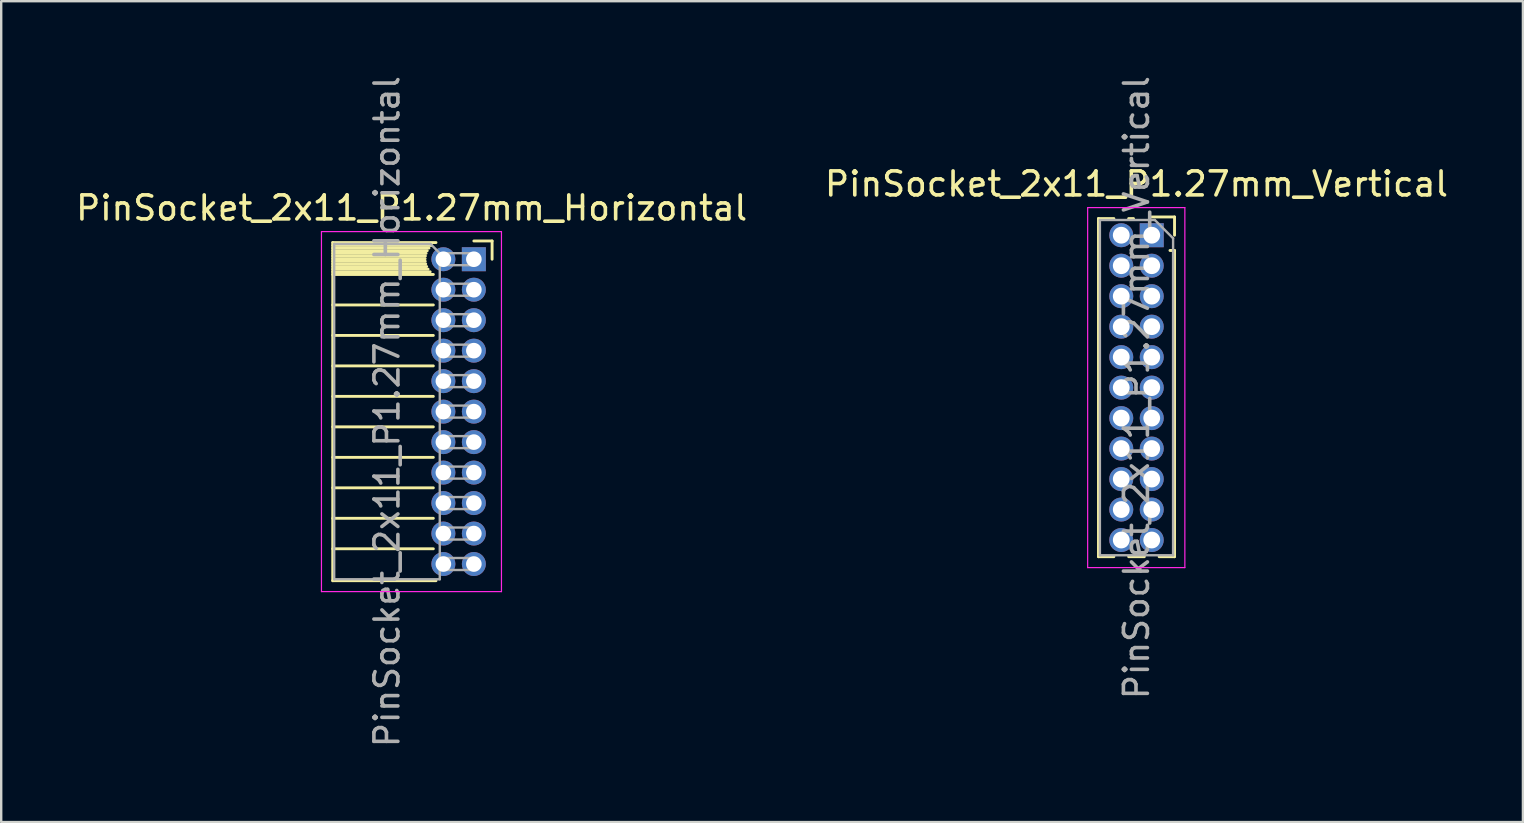
<source format=kicad_pcb>
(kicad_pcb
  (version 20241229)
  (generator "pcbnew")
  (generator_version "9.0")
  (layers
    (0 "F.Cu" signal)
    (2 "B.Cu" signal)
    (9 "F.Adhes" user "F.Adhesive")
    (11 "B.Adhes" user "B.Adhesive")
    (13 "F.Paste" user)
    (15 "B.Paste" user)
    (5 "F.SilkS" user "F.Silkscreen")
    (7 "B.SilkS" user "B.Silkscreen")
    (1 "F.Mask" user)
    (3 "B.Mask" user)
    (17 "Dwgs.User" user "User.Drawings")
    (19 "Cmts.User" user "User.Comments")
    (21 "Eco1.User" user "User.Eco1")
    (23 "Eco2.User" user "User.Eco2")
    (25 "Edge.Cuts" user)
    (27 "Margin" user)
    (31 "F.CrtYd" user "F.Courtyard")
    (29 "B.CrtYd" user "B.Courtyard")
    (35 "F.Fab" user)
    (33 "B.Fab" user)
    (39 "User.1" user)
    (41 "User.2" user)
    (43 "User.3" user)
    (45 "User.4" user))
  (footprint "PinSocket_2x11_P1.27mm_Horizontal"
    (layer "F.Cu")
    (at 16.694 7.751)
    (property "Reference" "PinSocket_2x11_P1.27mm_Horizontal" (at -2.592 -2.135 0) (layer "F.SilkS") (effects (font (size 1 1) (thickness 0.15))))
    (attr through_hole)
    (fp_line (start -5.88 -0.695) (end -5.88 13.395) (stroke (width 0.12) (type solid)) (layer "F.SilkS"))
    (fp_line (start -5.88 -0.695) (end -1.578 -0.695) (stroke (width 0.12) (type solid)) (layer "F.SilkS"))
    (fp_line (start -5.88 -0.575) (end -1.767 -0.575) (stroke (width 0.12) (type solid)) (layer "F.SilkS"))
    (fp_line (start -5.88 -0.465) (end -1.871 -0.465) (stroke (width 0.12) (type solid)) (layer "F.SilkS"))
    (fp_line (start -5.88 -0.355) (end -1.942 -0.355) (stroke (width 0.12) (type solid)) (layer "F.SilkS"))
    (fp_line (start -5.88 -0.245) (end -1.989 -0.245) (stroke (width 0.12) (type solid)) (layer "F.SilkS"))
    (fp_line (start -5.88 -0.135) (end -2.018 -0.135) (stroke (width 0.12) (type solid)) (layer "F.SilkS"))
    (fp_line (start -5.88 -0.025) (end -2.03 -0.025) (stroke (width 0.12) (type solid)) (layer "F.SilkS"))
    (fp_line (start -5.88 0.085) (end -2.025 0.085) (stroke (width 0.12) (type solid)) (layer "F.SilkS"))
    (fp_line (start -5.88 0.195) (end -2.005 0.195) (stroke (width 0.12) (type solid)) (layer "F.SilkS"))
    (fp_line (start -5.88 0.305) (end -1.966 0.305) (stroke (width 0.12) (type solid)) (layer "F.SilkS"))
    (fp_line (start -5.88 0.415) (end -1.907 0.415) (stroke (width 0.12) (type solid)) (layer "F.SilkS"))
    (fp_line (start -5.88 0.525) (end -1.82 0.525) (stroke (width 0.12) (type solid)) (layer "F.SilkS"))
    (fp_line (start -5.88 0.635) (end -1.688 0.635) (stroke (width 0.12) (type solid)) (layer "F.SilkS"))
    (fp_line (start -5.88 1.905) (end -1.688 1.905) (stroke (width 0.12) (type solid)) (layer "F.SilkS"))
    (fp_line (start -5.88 3.175) (end -1.688 3.175) (stroke (width 0.12) (type solid)) (layer "F.SilkS"))
    (fp_line (start -5.88 4.445) (end -1.688 4.445) (stroke (width 0.12) (type solid)) (layer "F.SilkS"))
    (fp_line (start -5.88 5.715) (end -1.688 5.715) (stroke (width 0.12) (type solid)) (layer "F.SilkS"))
    (fp_line (start -5.88 6.985) (end -1.688 6.985) (stroke (width 0.12) (type solid)) (layer "F.SilkS"))
    (fp_line (start -5.88 8.255) (end -1.688 8.255) (stroke (width 0.12) (type solid)) (layer "F.SilkS"))
    (fp_line (start -5.88 9.525) (end -1.688 9.525) (stroke (width 0.12) (type solid)) (layer "F.SilkS"))
    (fp_line (start -5.88 10.795) (end -1.688 10.795) (stroke (width 0.12) (type solid)) (layer "F.SilkS"))
    (fp_line (start -5.88 12.065) (end -1.688 12.065) (stroke (width 0.12) (type solid)) (layer "F.SilkS"))
    (fp_line (start -5.88 13.395) (end -1.578 13.395) (stroke (width 0.12) (type solid)) (layer "F.SilkS"))
    (fp_line (start 0 -0.76) (end 0.76 -0.76) (stroke (width 0.12) (type solid)) (layer "F.SilkS"))
    (fp_line (start 0.76 -0.76) (end 0.76 0) (stroke (width 0.12) (type solid)) (layer "F.SilkS"))
    (fp_line (start -6.35 -1.15) (end -6.35 13.85) (stroke (width 0.05) (type solid)) (layer "F.CrtYd"))
    (fp_line (start -6.35 13.85) (end 1.15 13.85) (stroke (width 0.05) (type solid)) (layer "F.CrtYd"))
    (fp_line (start 1.15 -1.15) (end -6.35 -1.15) (stroke (width 0.05) (type solid)) (layer "F.CrtYd"))
    (fp_line (start 1.15 13.85) (end 1.15 -1.15) (stroke (width 0.05) (type solid)) (layer "F.CrtYd"))
    (fp_line (start -5.82 -0.635) (end -1.805 -0.635) (stroke (width 0.1) (type solid)) (layer "F.Fab"))
    (fp_line (start -5.82 13.335) (end -5.82 -0.635) (stroke (width 0.1) (type solid)) (layer "F.Fab"))
    (fp_line (start -1.805 -0.635) (end -1.42 -0.25) (stroke (width 0.1) (type solid)) (layer "F.Fab"))
    (fp_line (start -1.42 -0.25) (end -1.42 13.335) (stroke (width 0.1) (type solid)) (layer "F.Fab"))
    (fp_line (start -1.42 0.25) (end 0 0.25) (stroke (width 0.1) (type solid)) (layer "F.Fab"))
    (fp_line (start -1.42 1.52) (end 0 1.52) (stroke (width 0.1) (type solid)) (layer "F.Fab"))
    (fp_line (start -1.42 2.79) (end 0 2.79) (stroke (width 0.1) (type solid)) (layer "F.Fab"))
    (fp_line (start -1.42 4.06) (end 0 4.06) (stroke (width 0.1) (type solid)) (layer "F.Fab"))
    (fp_line (start -1.42 5.33) (end 0 5.33) (stroke (width 0.1) (type solid)) (layer "F.Fab"))
    (fp_line (start -1.42 6.6) (end 0 6.6) (stroke (width 0.1) (type solid)) (layer "F.Fab"))
    (fp_line (start -1.42 7.87) (end 0 7.87) (stroke (width 0.1) (type solid)) (layer "F.Fab"))
    (fp_line (start -1.42 9.14) (end 0 9.14) (stroke (width 0.1) (type solid)) (layer "F.Fab"))
    (fp_line (start -1.42 10.41) (end 0 10.41) (stroke (width 0.1) (type solid)) (layer "F.Fab"))
    (fp_line (start -1.42 11.68) (end 0 11.68) (stroke (width 0.1) (type solid)) (layer "F.Fab"))
    (fp_line (start -1.42 12.95) (end 0 12.95) (stroke (width 0.1) (type solid)) (layer "F.Fab"))
    (fp_line (start -1.42 13.335) (end -5.82 13.335) (stroke (width 0.1) (type solid)) (layer "F.Fab"))
    (fp_line (start 0 -0.25) (end -1.42 -0.25) (stroke (width 0.1) (type solid)) (layer "F.Fab"))
    (fp_line (start 0 0.25) (end 0 -0.25) (stroke (width 0.1) (type solid)) (layer "F.Fab"))
    (fp_line (start 0 1.02) (end -1.42 1.02) (stroke (width 0.1) (type solid)) (layer "F.Fab"))
    (fp_line (start 0 1.52) (end 0 1.02) (stroke (width 0.1) (type solid)) (layer "F.Fab"))
    (fp_line (start 0 2.29) (end -1.42 2.29) (stroke (width 0.1) (type solid)) (layer "F.Fab"))
    (fp_line (start 0 2.79) (end 0 2.29) (stroke (width 0.1) (type solid)) (layer "F.Fab"))
    (fp_line (start 0 3.56) (end -1.42 3.56) (stroke (width 0.1) (type solid)) (layer "F.Fab"))
    (fp_line (start 0 4.06) (end 0 3.56) (stroke (width 0.1) (type solid)) (layer "F.Fab"))
    (fp_line (start 0 4.83) (end -1.42 4.83) (stroke (width 0.1) (type solid)) (layer "F.Fab"))
    (fp_line (start 0 5.33) (end 0 4.83) (stroke (width 0.1) (type solid)) (layer "F.Fab"))
    (fp_line (start 0 6.1) (end -1.42 6.1) (stroke (width 0.1) (type solid)) (layer "F.Fab"))
    (fp_line (start 0 6.6) (end 0 6.1) (stroke (width 0.1) (type solid)) (layer "F.Fab"))
    (fp_line (start 0 7.37) (end -1.42 7.37) (stroke (width 0.1) (type solid)) (layer "F.Fab"))
    (fp_line (start 0 7.87) (end 0 7.37) (stroke (width 0.1) (type solid)) (layer "F.Fab"))
    (fp_line (start 0 8.64) (end -1.42 8.64) (stroke (width 0.1) (type solid)) (layer "F.Fab"))
    (fp_line (start 0 9.14) (end 0 8.64) (stroke (width 0.1) (type solid)) (layer "F.Fab"))
    (fp_line (start 0 9.91) (end -1.42 9.91) (stroke (width 0.1) (type solid)) (layer "F.Fab"))
    (fp_line (start 0 10.41) (end 0 9.91) (stroke (width 0.1) (type solid)) (layer "F.Fab"))
    (fp_line (start 0 11.18) (end -1.42 11.18) (stroke (width 0.1) (type solid)) (layer "F.Fab"))
    (fp_line (start 0 11.68) (end 0 11.18) (stroke (width 0.1) (type solid)) (layer "F.Fab"))
    (fp_line (start 0 12.45) (end -1.42 12.45) (stroke (width 0.1) (type solid)) (layer "F.Fab"))
    (fp_line (start 0 12.95) (end 0 12.45) (stroke (width 0.1) (type solid)) (layer "F.Fab"))
    (fp_text user "${REFERENCE}" (at -3.62 6.35 90) (layer "F.Fab") (effects (font (size 1 1) (thickness 0.15))))
    (pad "1" thru_hole rect (at 0 0) (size 1 1) (drill 0.65) (layers "*.Cu" "*.Mask"))
    (pad "2" thru_hole oval (at -1.27 0) (size 1 1) (drill 0.65) (layers "*.Cu" "*.Mask"))
    (pad "3" thru_hole oval (at 0 1.27) (size 1 1) (drill 0.65) (layers "*.Cu" "*.Mask"))
    (pad "4" thru_hole oval (at -1.27 1.27) (size 1 1) (drill 0.65) (layers "*.Cu" "*.Mask"))
    (pad "5" thru_hole oval (at 0 2.54) (size 1 1) (drill 0.65) (layers "*.Cu" "*.Mask"))
    (pad "6" thru_hole oval (at -1.27 2.54) (size 1 1) (drill 0.65) (layers "*.Cu" "*.Mask"))
    (pad "7" thru_hole oval (at 0 3.81) (size 1 1) (drill 0.65) (layers "*.Cu" "*.Mask"))
    (pad "8" thru_hole oval (at -1.27 3.81) (size 1 1) (drill 0.65) (layers "*.Cu" "*.Mask"))
    (pad "9" thru_hole oval (at 0 5.08) (size 1 1) (drill 0.65) (layers "*.Cu" "*.Mask"))
    (pad "10" thru_hole oval (at -1.27 5.08) (size 1 1) (drill 0.65) (layers "*.Cu" "*.Mask"))
    (pad "11" thru_hole oval (at 0 6.35) (size 1 1) (drill 0.65) (layers "*.Cu" "*.Mask"))
    (pad "12" thru_hole oval (at -1.27 6.35) (size 1 1) (drill 0.65) (layers "*.Cu" "*.Mask"))
    (pad "13" thru_hole oval (at 0 7.62) (size 1 1) (drill 0.65) (layers "*.Cu" "*.Mask"))
    (pad "14" thru_hole oval (at -1.27 7.62) (size 1 1) (drill 0.65) (layers "*.Cu" "*.Mask"))
    (pad "15" thru_hole oval (at 0 8.89) (size 1 1) (drill 0.65) (layers "*.Cu" "*.Mask"))
    (pad "16" thru_hole oval (at -1.27 8.89) (size 1 1) (drill 0.65) (layers "*.Cu" "*.Mask"))
    (pad "17" thru_hole oval (at 0 10.16) (size 1 1) (drill 0.65) (layers "*.Cu" "*.Mask"))
    (pad "18" thru_hole oval (at -1.27 10.16) (size 1 1) (drill 0.65) (layers "*.Cu" "*.Mask"))
    (pad "19" thru_hole oval (at 0 11.43) (size 1 1) (drill 0.65) (layers "*.Cu" "*.Mask"))
    (pad "20" thru_hole oval (at -1.27 11.43) (size 1 1) (drill 0.65) (layers "*.Cu" "*.Mask"))
    (pad "21" thru_hole oval (at 0 12.7) (size 1 1) (drill 0.65) (layers "*.Cu" "*.Mask"))
    (pad "22" thru_hole oval (at -1.27 12.7) (size 1 1) (drill 0.65) (layers "*.Cu" "*.Mask")))
  (footprint "PinSocket_2x11_P1.27mm_Vertical"
    (layer "F.Cu")
    (at 44.939 6.751)
    (property "Reference" "PinSocket_2x11_P1.27mm_Vertical" (at -0.635 -2.135 0) (layer "F.SilkS") (effects (font (size 1 1) (thickness 0.15))))
    (attr through_hole)
    (fp_line (start -2.22 -0.695) (end -2.22 13.395) (stroke (width 0.12) (type solid)) (layer "F.SilkS"))
    (fp_line (start -2.22 -0.695) (end -1.578 -0.695) (stroke (width 0.12) (type solid)) (layer "F.SilkS"))
    (fp_line (start -2.22 13.395) (end -1.578 13.395) (stroke (width 0.12) (type solid)) (layer "F.SilkS"))
    (fp_line (start -0.962 -0.695) (end -0.76 -0.695) (stroke (width 0.12) (type solid)) (layer "F.SilkS"))
    (fp_line (start -0.962 13.395) (end -0.308 13.395) (stroke (width 0.12) (type solid)) (layer "F.SilkS"))
    (fp_line (start 0 -0.76) (end 0.95 -0.76) (stroke (width 0.12) (type solid)) (layer "F.SilkS"))
    (fp_line (start 0.308 13.395) (end 0.95 13.395) (stroke (width 0.12) (type solid)) (layer "F.SilkS"))
    (fp_line (start 0.76 0.635) (end 0.95 0.635) (stroke (width 0.12) (type solid)) (layer "F.SilkS"))
    (fp_line (start 0.95 -0.76) (end 0.95 0) (stroke (width 0.12) (type solid)) (layer "F.SilkS"))
    (fp_line (start 0.95 0.635) (end 0.95 13.395) (stroke (width 0.12) (type solid)) (layer "F.SilkS"))
    (fp_line (start -2.67 -1.15) (end 1.38 -1.15) (stroke (width 0.05) (type solid)) (layer "F.CrtYd"))
    (fp_line (start -2.67 13.85) (end -2.67 -1.15) (stroke (width 0.05) (type solid)) (layer "F.CrtYd"))
    (fp_line (start 1.38 -1.15) (end 1.38 13.85) (stroke (width 0.05) (type solid)) (layer "F.CrtYd"))
    (fp_line (start 1.38 13.85) (end -2.67 13.85) (stroke (width 0.05) (type solid)) (layer "F.CrtYd"))
    (fp_line (start -2.16 -0.635) (end 0.128 -0.635) (stroke (width 0.1) (type solid)) (layer "F.Fab"))
    (fp_line (start -2.16 13.335) (end -2.16 -0.635) (stroke (width 0.1) (type solid)) (layer "F.Fab"))
    (fp_line (start 0.128 -0.635) (end 0.89 0.128) (stroke (width 0.1) (type solid)) (layer "F.Fab"))
    (fp_line (start 0.89 0.128) (end 0.89 13.335) (stroke (width 0.1) (type solid)) (layer "F.Fab"))
    (fp_line (start 0.89 13.335) (end -2.16 13.335) (stroke (width 0.1) (type solid)) (layer "F.Fab"))
    (fp_text user "${REFERENCE}" (at -0.635 6.35 90) (layer "F.Fab") (effects (font (size 1 1) (thickness 0.15))))
    (pad "1" thru_hole rect (at 0 0) (size 1 1) (drill 0.7) (layers "*.Cu" "*.Mask"))
    (pad "2" thru_hole oval (at -1.27 0) (size 1 1) (drill 0.7) (layers "*.Cu" "*.Mask"))
    (pad "3" thru_hole oval (at 0 1.27) (size 1 1) (drill 0.7) (layers "*.Cu" "*.Mask"))
    (pad "4" thru_hole oval (at -1.27 1.27) (size 1 1) (drill 0.7) (layers "*.Cu" "*.Mask"))
    (pad "5" thru_hole oval (at 0 2.54) (size 1 1) (drill 0.7) (layers "*.Cu" "*.Mask"))
    (pad "6" thru_hole oval (at -1.27 2.54) (size 1 1) (drill 0.7) (layers "*.Cu" "*.Mask"))
    (pad "7" thru_hole oval (at 0 3.81) (size 1 1) (drill 0.7) (layers "*.Cu" "*.Mask"))
    (pad "8" thru_hole oval (at -1.27 3.81) (size 1 1) (drill 0.7) (layers "*.Cu" "*.Mask"))
    (pad "9" thru_hole oval (at 0 5.08) (size 1 1) (drill 0.7) (layers "*.Cu" "*.Mask"))
    (pad "10" thru_hole oval (at -1.27 5.08) (size 1 1) (drill 0.7) (layers "*.Cu" "*.Mask"))
    (pad "11" thru_hole oval (at 0 6.35) (size 1 1) (drill 0.7) (layers "*.Cu" "*.Mask"))
    (pad "12" thru_hole oval (at -1.27 6.35) (size 1 1) (drill 0.7) (layers "*.Cu" "*.Mask"))
    (pad "13" thru_hole oval (at 0 7.62) (size 1 1) (drill 0.7) (layers "*.Cu" "*.Mask"))
    (pad "14" thru_hole oval (at -1.27 7.62) (size 1 1) (drill 0.7) (layers "*.Cu" "*.Mask"))
    (pad "15" thru_hole oval (at 0 8.89) (size 1 1) (drill 0.7) (layers "*.Cu" "*.Mask"))
    (pad "16" thru_hole oval (at -1.27 8.89) (size 1 1) (drill 0.7) (layers "*.Cu" "*.Mask"))
    (pad "17" thru_hole oval (at 0 10.16) (size 1 1) (drill 0.7) (layers "*.Cu" "*.Mask"))
    (pad "18" thru_hole oval (at -1.27 10.16) (size 1 1) (drill 0.7) (layers "*.Cu" "*.Mask"))
    (pad "19" thru_hole oval (at 0 11.43) (size 1 1) (drill 0.7) (layers "*.Cu" "*.Mask"))
    (pad "20" thru_hole oval (at -1.27 11.43) (size 1 1) (drill 0.7) (layers "*.Cu" "*.Mask"))
    (pad "21" thru_hole oval (at 0 12.7) (size 1 1) (drill 0.7) (layers "*.Cu" "*.Mask"))
    (pad "22" thru_hole oval (at -1.27 12.7) (size 1 1) (drill 0.7) (layers "*.Cu" "*.Mask")))
  (gr_rect
    (start -3 -3)
    (end 60.405 31.202)
    (stroke (width 0.1) (type default))
    (fill no)
    (layer "Edge.Cuts")))
</source>
